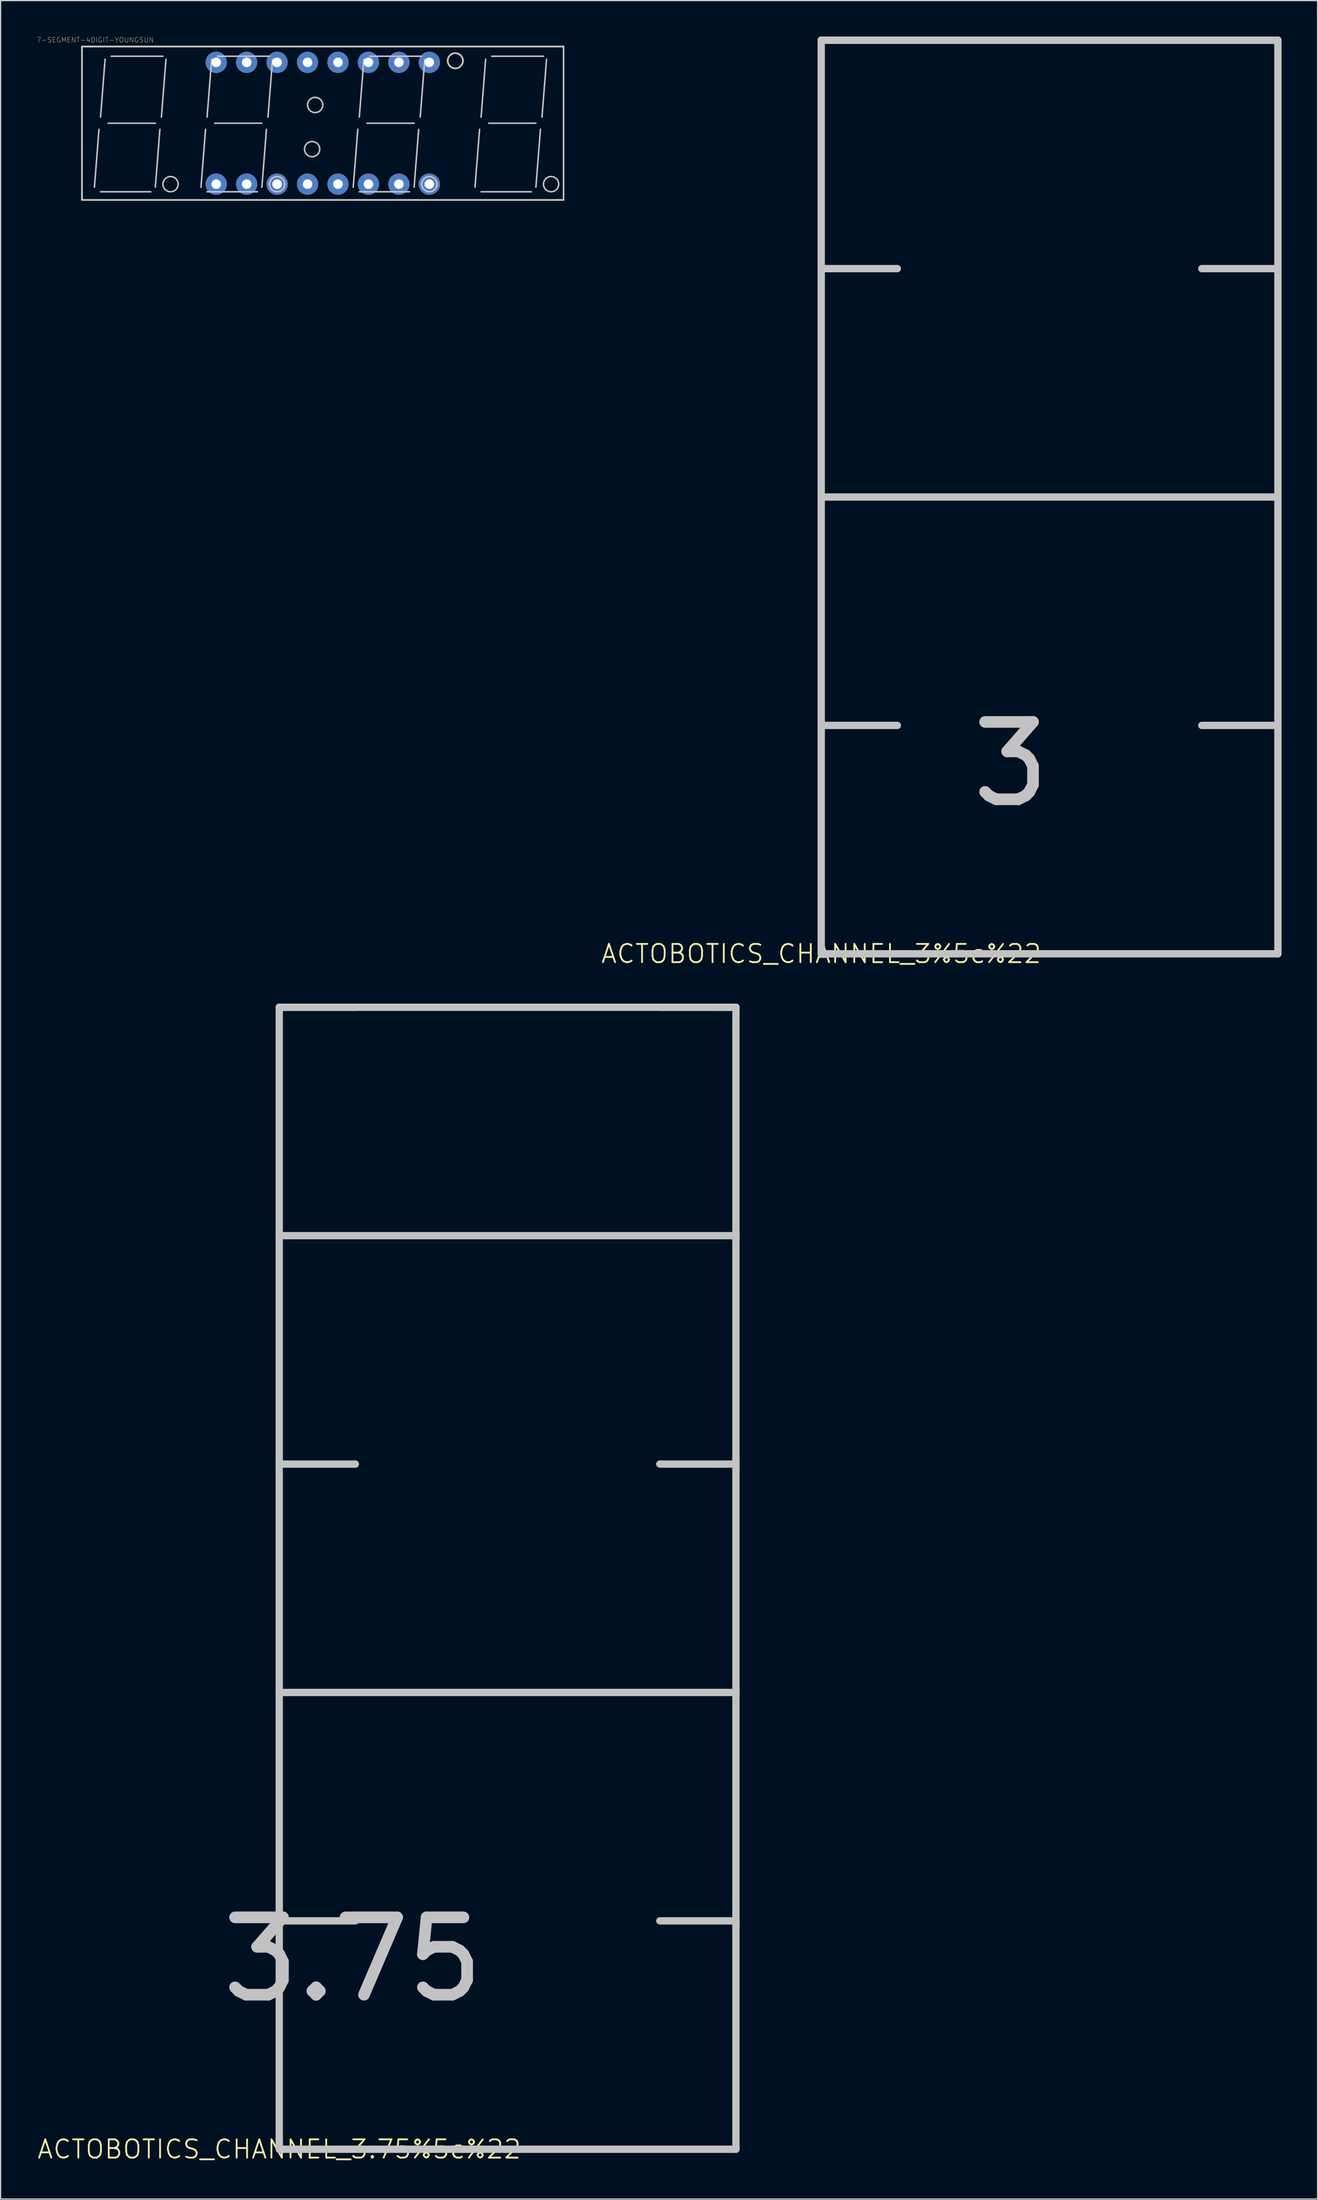
<source format=kicad_pcb>
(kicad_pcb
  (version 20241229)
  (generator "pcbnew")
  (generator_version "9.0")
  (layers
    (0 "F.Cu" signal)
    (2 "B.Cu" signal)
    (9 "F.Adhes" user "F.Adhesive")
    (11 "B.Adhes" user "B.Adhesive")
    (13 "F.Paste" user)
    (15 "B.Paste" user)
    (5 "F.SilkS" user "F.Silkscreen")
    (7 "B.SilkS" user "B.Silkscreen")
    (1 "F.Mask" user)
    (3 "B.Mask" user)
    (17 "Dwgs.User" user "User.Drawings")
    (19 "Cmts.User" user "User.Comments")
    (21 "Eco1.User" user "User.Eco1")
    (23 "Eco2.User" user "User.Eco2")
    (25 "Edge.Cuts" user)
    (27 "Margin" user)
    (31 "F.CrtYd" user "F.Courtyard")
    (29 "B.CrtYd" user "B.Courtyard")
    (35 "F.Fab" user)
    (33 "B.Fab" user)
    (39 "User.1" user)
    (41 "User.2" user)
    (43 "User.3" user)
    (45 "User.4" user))
  (footprint "ACTOBOTICS_CHANNEL_3.75%5c%22"
    (layer "F.Cu")
    (at 20.247 176.214)
    (property "Reference" "ACTOBOTICS_CHANNEL_3.75%5c%22" (at 0 0 0) (layer "F.SilkS") (effects (font (size 1.524 1.524) (thickness 0.15))))
    (attr exclude_from_pos_files exclude_from_bom)
    (fp_line (start 0 -95.25) (end 0 -76.2) (stroke (width 0.61) (type solid)) (layer "Dwgs.User"))
    (fp_line (start 0 -95.25) (end 6.35 -95.25) (stroke (width 0.61) (type solid)) (layer "Dwgs.User"))
    (fp_line (start 0 -76.2) (end 0 -57.15) (stroke (width 0.61) (type solid)) (layer "Dwgs.User"))
    (fp_line (start 0 -76.2) (end 38.1 -76.2) (stroke (width 0.61) (type solid)) (layer "Dwgs.User"))
    (fp_line (start 0 -57.15) (end 0 -38.1) (stroke (width 0.61) (type solid)) (layer "Dwgs.User"))
    (fp_line (start 0 -57.15) (end 6.35 -57.15) (stroke (width 0.61) (type solid)) (layer "Dwgs.User"))
    (fp_line (start 0 -38.1) (end 0 -19.05) (stroke (width 0.61) (type solid)) (layer "Dwgs.User"))
    (fp_line (start 0 -38.1) (end 38.1 -38.1) (stroke (width 0.61) (type solid)) (layer "Dwgs.User"))
    (fp_line (start 0 -19.05) (end 0 0) (stroke (width 0.61) (type solid)) (layer "Dwgs.User"))
    (fp_line (start 0 -19.05) (end 6.35 -19.05) (stroke (width 0.61) (type solid)) (layer "Dwgs.User"))
    (fp_line (start 0 0) (end 38.1 0) (stroke (width 0.61) (type solid)) (layer "Dwgs.User"))
    (fp_line (start 38.1 -95.25) (end 0 -95.25) (stroke (width 0.61) (type solid)) (layer "Dwgs.User"))
    (fp_line (start 38.1 -95.25) (end 31.75 -95.25) (stroke (width 0.61) (type solid)) (layer "Dwgs.User"))
    (fp_line (start 38.1 -76.2) (end 38.1 -95.25) (stroke (width 0.61) (type solid)) (layer "Dwgs.User"))
    (fp_line (start 38.1 -57.15) (end 31.75 -57.15) (stroke (width 0.61) (type solid)) (layer "Dwgs.User"))
    (fp_line (start 38.1 -57.15) (end 38.1 -76.2) (stroke (width 0.61) (type solid)) (layer "Dwgs.User"))
    (fp_line (start 38.1 -38.1) (end 38.1 -57.15) (stroke (width 0.61) (type solid)) (layer "Dwgs.User"))
    (fp_line (start 38.1 -19.05) (end 31.75 -19.05) (stroke (width 0.61) (type solid)) (layer "Dwgs.User"))
    (fp_line (start 38.1 -19.05) (end 38.1 -38.1) (stroke (width 0.61) (type solid)) (layer "Dwgs.User"))
    (fp_line (start 38.1 0) (end 38.1 -19.05) (stroke (width 0.61) (type solid)) (layer "Dwgs.User"))
    (fp_text user "3.75" (at 6.147 -15.824 180) (layer "Dwgs.User") (effects (font (size 6.452 6.452) (thickness 0.97)))))
  (footprint "7-SEGMENT-4DIGIT-YOUNGSUN"
    (layer "F.Cu")
    (at 23.878 7.229)
    (property "Reference" "7-SEGMENT-4DIGIT-YOUNGSUN" (at -18.984 -6.947 0) (layer "F.SilkS") (effects (font (size 0.406 0.406) (thickness 0.025))))
    (attr exclude_from_pos_files exclude_from_bom)
    (fp_line (start -20.089 -6.398) (end -20.089 6.398) (stroke (width 0.127) (type solid)) (layer "F.SilkS"))
    (fp_line (start -20.089 -6.398) (end 20.089 -6.398) (stroke (width 0.127) (type solid)) (layer "F.SilkS"))
    (fp_line (start -20.089 6.398) (end 20.089 6.398) (stroke (width 0.127) (type solid)) (layer "F.SilkS"))
    (fp_line (start 20.089 -6.398) (end 20.089 6.398) (stroke (width 0.127) (type solid)) (layer "F.SilkS"))
    (fp_circle (center 11.064 -5.215) (end 11.064 -5.85) (stroke (width 0.127) (type solid)) (fill no) (layer "F.SilkS"))
    (fp_line (start -20.089 -6.398) (end -20.089 6.398) (stroke (width 0.127) (type solid)) (layer "Dwgs.User"))
    (fp_line (start -20.089 -6.398) (end 20.089 -6.398) (stroke (width 0.127) (type solid)) (layer "Dwgs.User"))
    (fp_line (start -20.089 6.398) (end 20.089 6.398) (stroke (width 0.127) (type solid)) (layer "Dwgs.User"))
    (fp_line (start -18.669 0.508) (end -19.05 5.334) (stroke (width 0.127) (type solid)) (layer "Dwgs.User"))
    (fp_line (start -18.542 5.715) (end -14.348 5.715) (stroke (width 0.127) (type solid)) (layer "Dwgs.User"))
    (fp_line (start -18.161 -5.334) (end -18.542 -0.508) (stroke (width 0.127) (type solid)) (layer "Dwgs.User"))
    (fp_line (start -17.907 0) (end -13.97 0) (stroke (width 0.127) (type solid)) (layer "Dwgs.User"))
    (fp_line (start -17.65 -5.588) (end -13.335 -5.588) (stroke (width 0.127) (type solid)) (layer "Dwgs.User"))
    (fp_line (start -13.589 0.508) (end -13.97 5.334) (stroke (width 0.127) (type solid)) (layer "Dwgs.User"))
    (fp_line (start -13.081 -5.334) (end -13.462 -0.508) (stroke (width 0.127) (type solid)) (layer "Dwgs.User"))
    (fp_line (start -9.779 0.508) (end -10.16 5.334) (stroke (width 0.127) (type solid)) (layer "Dwgs.User"))
    (fp_line (start -9.652 5.715) (end -5.461 5.715) (stroke (width 0.127) (type solid)) (layer "Dwgs.User"))
    (fp_line (start -9.271 -5.334) (end -9.652 -0.508) (stroke (width 0.127) (type solid)) (layer "Dwgs.User"))
    (fp_line (start -9.017 0) (end -5.08 0) (stroke (width 0.127) (type solid)) (layer "Dwgs.User"))
    (fp_line (start -8.76 -5.588) (end -4.445 -5.588) (stroke (width 0.127) (type solid)) (layer "Dwgs.User"))
    (fp_line (start -4.699 0.508) (end -5.08 5.334) (stroke (width 0.127) (type solid)) (layer "Dwgs.User"))
    (fp_line (start -4.191 -5.334) (end -4.572 -0.508) (stroke (width 0.127) (type solid)) (layer "Dwgs.User"))
    (fp_line (start 2.921 0.508) (end 2.54 5.334) (stroke (width 0.127) (type solid)) (layer "Dwgs.User"))
    (fp_line (start 3.048 5.715) (end 7.236 5.715) (stroke (width 0.127) (type solid)) (layer "Dwgs.User"))
    (fp_line (start 3.429 -5.334) (end 3.048 -0.508) (stroke (width 0.127) (type solid)) (layer "Dwgs.User"))
    (fp_line (start 3.683 0) (end 7.62 0) (stroke (width 0.127) (type solid)) (layer "Dwgs.User"))
    (fp_line (start 3.937 -5.588) (end 8.255 -5.588) (stroke (width 0.127) (type solid)) (layer "Dwgs.User"))
    (fp_line (start 8.001 0.508) (end 7.62 5.334) (stroke (width 0.127) (type solid)) (layer "Dwgs.User"))
    (fp_line (start 8.509 -5.334) (end 8.128 -0.508) (stroke (width 0.127) (type solid)) (layer "Dwgs.User"))
    (fp_line (start 13.081 0.508) (end 12.7 5.334) (stroke (width 0.127) (type solid)) (layer "Dwgs.User"))
    (fp_line (start 13.208 5.715) (end 17.399 5.715) (stroke (width 0.127) (type solid)) (layer "Dwgs.User"))
    (fp_line (start 13.589 -5.334) (end 13.208 -0.508) (stroke (width 0.127) (type solid)) (layer "Dwgs.User"))
    (fp_line (start 13.843 0) (end 17.78 0) (stroke (width 0.127) (type solid)) (layer "Dwgs.User"))
    (fp_line (start 14.097 -5.588) (end 18.415 -5.588) (stroke (width 0.127) (type solid)) (layer "Dwgs.User"))
    (fp_line (start 18.161 0.508) (end 17.78 5.334) (stroke (width 0.127) (type solid)) (layer "Dwgs.User"))
    (fp_line (start 18.669 -5.334) (end 18.288 -0.508) (stroke (width 0.127) (type solid)) (layer "Dwgs.User"))
    (fp_line (start 20.089 -6.398) (end 20.089 6.398) (stroke (width 0.127) (type solid)) (layer "Dwgs.User"))
    (fp_circle (center -12.7 5.08) (end -12.7 4.445) (stroke (width 0.127) (type solid)) (fill no) (layer "Dwgs.User"))
    (fp_circle (center -3.81 5.08) (end -3.81 4.445) (stroke (width 0.127) (type solid)) (fill no) (layer "Dwgs.User"))
    (fp_circle (center -0.889 2.159) (end -0.889 1.524) (stroke (width 0.127) (type solid)) (fill no) (layer "Dwgs.User"))
    (fp_circle (center -0.635 -1.524) (end -0.635 -2.159) (stroke (width 0.127) (type solid)) (fill no) (layer "Dwgs.User"))
    (fp_circle (center 8.89 5.08) (end 8.89 4.445) (stroke (width 0.127) (type solid)) (fill no) (layer "Dwgs.User"))
    (fp_circle (center 11.049 -5.207) (end 11.049 -5.842) (stroke (width 0.127) (type solid)) (fill no) (layer "Dwgs.User"))
    (fp_circle (center 19.05 5.08) (end 19.05 4.445) (stroke (width 0.127) (type solid)) (fill no) (layer "Dwgs.User"))
    (pad "1" thru_hole circle (at -8.89 5.08) (size 1.778 1.778) (drill 0.798) (layers "*.Cu" "*.Paste" "*.Mask"))
    (pad "2" thru_hole circle (at -6.35 5.08) (size 1.778 1.778) (drill 0.798) (layers "*.Cu" "*.Paste" "*.Mask"))
    (pad "3" thru_hole circle (at -3.81 5.08) (size 1.778 1.778) (drill 0.798) (layers "*.Cu" "*.Paste" "*.Mask"))
    (pad "4" thru_hole circle (at -1.27 5.08) (size 1.778 1.778) (drill 0.798) (layers "*.Cu" "*.Paste" "*.Mask"))
    (pad "5" thru_hole circle (at 1.27 5.08) (size 1.778 1.778) (drill 0.798) (layers "*.Cu" "*.Paste" "*.Mask"))
    (pad "6" thru_hole circle (at 3.81 5.08) (size 1.778 1.778) (drill 0.798) (layers "*.Cu" "*.Paste" "*.Mask"))
    (pad "7" thru_hole circle (at 6.35 5.08) (size 1.778 1.778) (drill 0.798) (layers "*.Cu" "*.Paste" "*.Mask"))
    (pad "8" thru_hole circle (at 8.89 5.08) (size 1.778 1.778) (drill 0.798) (layers "*.Cu" "*.Paste" "*.Mask"))
    (pad "9" thru_hole circle (at 8.89 -5.08) (size 1.778 1.778) (drill 0.798) (layers "*.Cu" "*.Paste" "*.Mask"))
    (pad "10" thru_hole circle (at 6.35 -5.08) (size 1.778 1.778) (drill 0.798) (layers "*.Cu" "*.Paste" "*.Mask"))
    (pad "11" thru_hole circle (at 3.81 -5.08) (size 1.778 1.778) (drill 0.798) (layers "*.Cu" "*.Paste" "*.Mask"))
    (pad "12" thru_hole circle (at 1.27 -5.08) (size 1.778 1.778) (drill 0.798) (layers "*.Cu" "*.Paste" "*.Mask"))
    (pad "13" thru_hole circle (at -1.27 -5.08) (size 1.778 1.778) (drill 0.798) (layers "*.Cu" "*.Paste" "*.Mask"))
    (pad "14" thru_hole circle (at -3.81 -5.08) (size 1.778 1.778) (drill 0.798) (layers "*.Cu" "*.Paste" "*.Mask"))
    (pad "15" thru_hole circle (at -6.35 -5.08) (size 1.778 1.778) (drill 0.798) (layers "*.Cu" "*.Paste" "*.Mask"))
    (pad "16" thru_hole circle (at -8.89 -5.08) (size 1.778 1.778) (drill 0.798) (layers "*.Cu" "*.Paste" "*.Mask")))
  (footprint "ACTOBOTICS_CHANNEL_3%5c%22"
    (layer "F.Cu")
    (at 65.463 76.505)
    (property "Reference" "ACTOBOTICS_CHANNEL_3%5c%22" (at 0 0 0) (layer "F.SilkS") (effects (font (size 1.524 1.524) (thickness 0.15))))
    (attr exclude_from_pos_files exclude_from_bom)
    (fp_line (start 0 -76.2) (end 0 -57.15) (stroke (width 0.61) (type solid)) (layer "Dwgs.User"))
    (fp_line (start 0 -76.2) (end 38.1 -76.2) (stroke (width 0.61) (type solid)) (layer "Dwgs.User"))
    (fp_line (start 0 -57.15) (end 0 -38.1) (stroke (width 0.61) (type solid)) (layer "Dwgs.User"))
    (fp_line (start 0 -57.15) (end 6.35 -57.15) (stroke (width 0.61) (type solid)) (layer "Dwgs.User"))
    (fp_line (start 0 -38.1) (end 0 -19.05) (stroke (width 0.61) (type solid)) (layer "Dwgs.User"))
    (fp_line (start 0 -38.1) (end 38.1 -38.1) (stroke (width 0.61) (type solid)) (layer "Dwgs.User"))
    (fp_line (start 0 -19.05) (end 0 0) (stroke (width 0.61) (type solid)) (layer "Dwgs.User"))
    (fp_line (start 0 -19.05) (end 6.35 -19.05) (stroke (width 0.61) (type solid)) (layer "Dwgs.User"))
    (fp_line (start 0 0) (end 38.1 0) (stroke (width 0.61) (type solid)) (layer "Dwgs.User"))
    (fp_line (start 38.1 -76.2) (end 0 -76.2) (stroke (width 0.61) (type solid)) (layer "Dwgs.User"))
    (fp_line (start 38.1 -57.15) (end 31.75 -57.15) (stroke (width 0.61) (type solid)) (layer "Dwgs.User"))
    (fp_line (start 38.1 -57.15) (end 38.1 -76.2) (stroke (width 0.61) (type solid)) (layer "Dwgs.User"))
    (fp_line (start 38.1 -38.1) (end 38.1 -57.15) (stroke (width 0.61) (type solid)) (layer "Dwgs.User"))
    (fp_line (start 38.1 -19.05) (end 31.75 -19.05) (stroke (width 0.61) (type solid)) (layer "Dwgs.User"))
    (fp_line (start 38.1 -19.05) (end 38.1 -38.1) (stroke (width 0.61) (type solid)) (layer "Dwgs.User"))
    (fp_line (start 38.1 0) (end 38.1 -19.05) (stroke (width 0.61) (type solid)) (layer "Dwgs.User"))
    (fp_text user "3" (at 15.824 -15.824 180) (layer "Dwgs.User") (effects (font (size 6.452 6.452) (thickness 0.97)))))
  (gr_rect
    (start -3 -3)
    (end 106.868 180.369)
    (stroke (width 0.1) (type default))
    (fill no)
    (layer "Edge.Cuts")))
</source>
